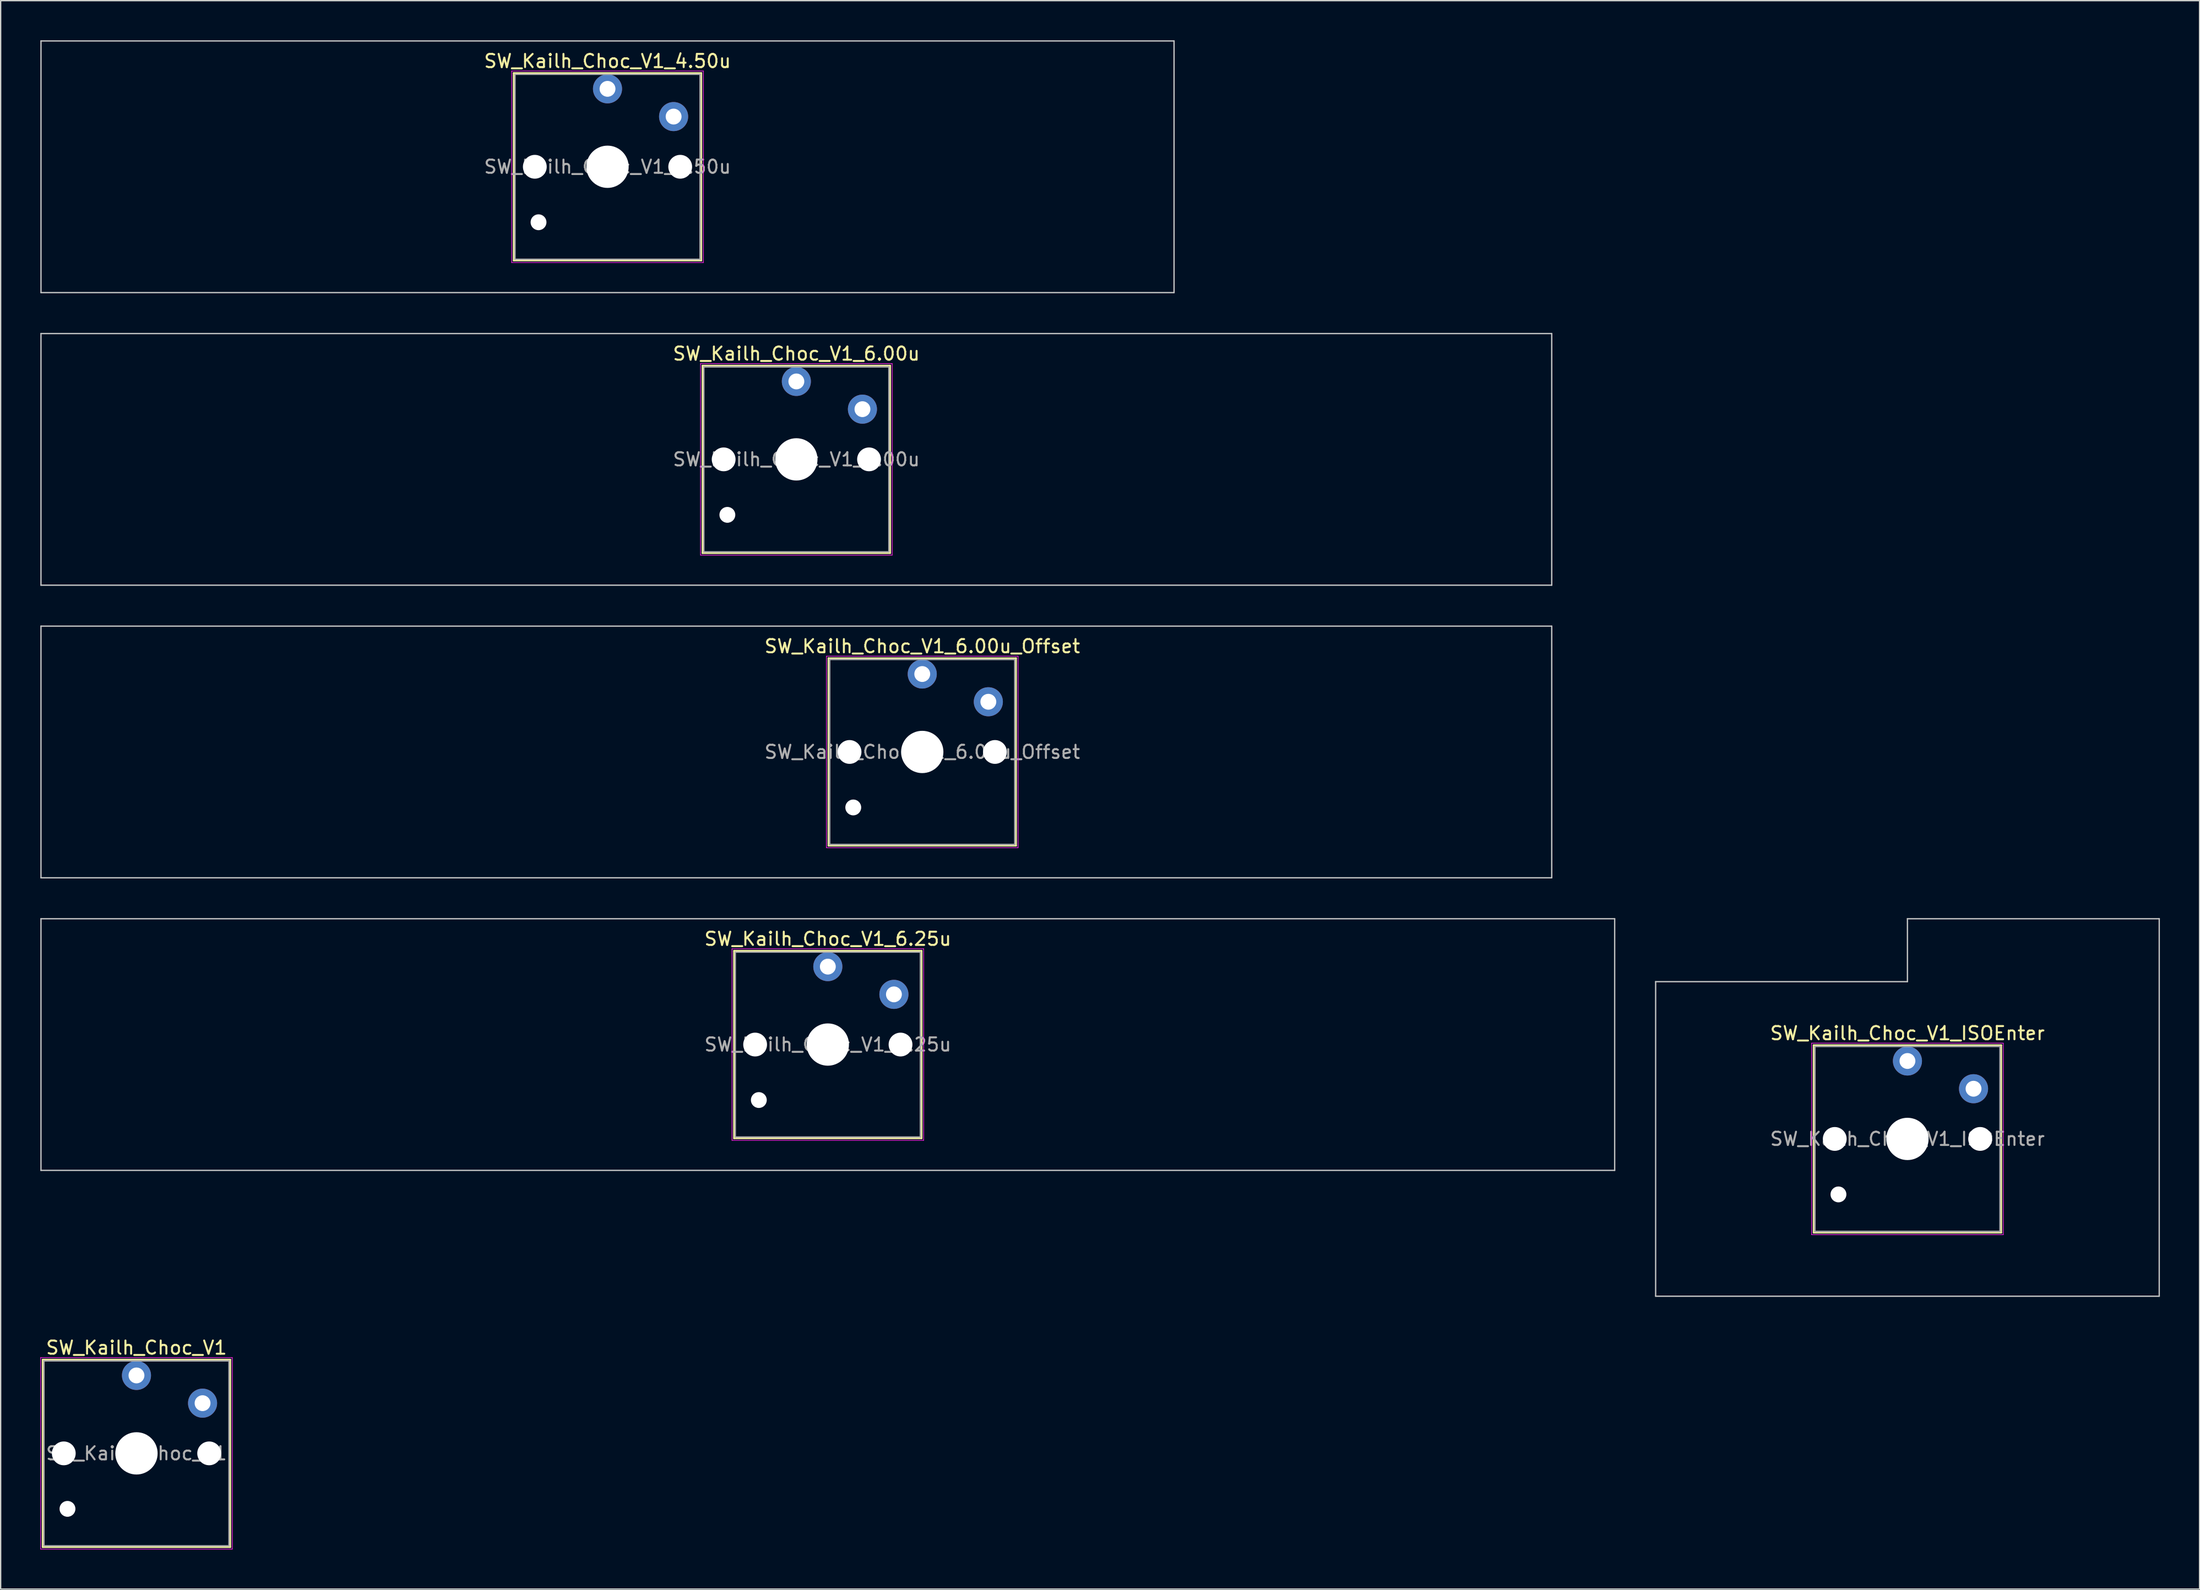
<source format=kicad_pcb>
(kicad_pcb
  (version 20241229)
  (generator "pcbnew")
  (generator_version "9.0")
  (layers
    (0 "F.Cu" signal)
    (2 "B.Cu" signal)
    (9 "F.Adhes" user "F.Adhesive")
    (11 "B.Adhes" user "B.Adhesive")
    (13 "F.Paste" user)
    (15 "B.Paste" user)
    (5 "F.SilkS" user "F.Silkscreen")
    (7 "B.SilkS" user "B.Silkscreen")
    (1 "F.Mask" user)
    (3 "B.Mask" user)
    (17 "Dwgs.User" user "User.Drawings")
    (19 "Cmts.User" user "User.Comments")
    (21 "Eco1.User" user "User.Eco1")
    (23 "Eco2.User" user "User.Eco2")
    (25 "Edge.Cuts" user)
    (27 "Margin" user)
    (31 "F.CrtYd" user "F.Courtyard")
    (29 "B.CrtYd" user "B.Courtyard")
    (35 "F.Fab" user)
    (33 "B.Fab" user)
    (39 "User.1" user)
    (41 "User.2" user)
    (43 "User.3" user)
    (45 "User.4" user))
  (footprint "SW_Kailh_Choc_V1_4.50u"
    (layer "F.Cu")
    (at 42.913 9.575)
    (property "Reference" "SW_Kailh_Choc_V1_4.50u" (at 0 -8 0) (layer "F.SilkS") (effects (font (size 1 1) (thickness 0.15))))
    (attr through_hole)
    (fp_line (start -7.1 -7.1) (end -7.1 7.1) (stroke (width 0.12) (type solid)) (layer "F.SilkS"))
    (fp_line (start -7.1 7.1) (end 7.1 7.1) (stroke (width 0.12) (type solid)) (layer "F.SilkS"))
    (fp_line (start 7.1 -7.1) (end -7.1 -7.1) (stroke (width 0.12) (type solid)) (layer "F.SilkS"))
    (fp_line (start 7.1 7.1) (end 7.1 -7.1) (stroke (width 0.12) (type solid)) (layer "F.SilkS"))
    (fp_line (start -42.862 -9.525) (end -42.862 9.525) (stroke (width 0.1) (type solid)) (layer "Dwgs.User"))
    (fp_line (start -42.862 9.525) (end 42.862 9.525) (stroke (width 0.1) (type solid)) (layer "Dwgs.User"))
    (fp_line (start 42.862 -9.525) (end -42.862 -9.525) (stroke (width 0.1) (type solid)) (layer "Dwgs.User"))
    (fp_line (start 42.862 9.525) (end 42.862 -9.525) (stroke (width 0.1) (type solid)) (layer "Dwgs.User"))
    (fp_line (start -7.25 -7.25) (end -7.25 7.25) (stroke (width 0.05) (type solid)) (layer "F.CrtYd"))
    (fp_line (start -7.25 7.25) (end 7.25 7.25) (stroke (width 0.05) (type solid)) (layer "F.CrtYd"))
    (fp_line (start 7.25 -7.25) (end -7.25 -7.25) (stroke (width 0.05) (type solid)) (layer "F.CrtYd"))
    (fp_line (start 7.25 7.25) (end 7.25 -7.25) (stroke (width 0.05) (type solid)) (layer "F.CrtYd"))
    (fp_line (start -7 -7) (end -7 7) (stroke (width 0.1) (type solid)) (layer "F.Fab"))
    (fp_line (start -7 7) (end 7 7) (stroke (width 0.1) (type solid)) (layer "F.Fab"))
    (fp_line (start 7 -7) (end -7 -7) (stroke (width 0.1) (type solid)) (layer "F.Fab"))
    (fp_line (start 7 7) (end 7 -7) (stroke (width 0.1) (type solid)) (layer "F.Fab"))
    (fp_text user "${REFERENCE}" (at 0 0 0) (layer "F.Fab") (effects (font (size 1 1) (thickness 0.15))))
    (pad "" np_thru_hole circle (at -5.5 0) (size 1.8 1.8) (drill 1.8) (layers "*.Cu" "*.Mask"))
    (pad "" np_thru_hole circle (at -5.22 4.2) (size 1.2 1.2) (drill 1.2) (layers "*.Cu" "*.Mask"))
    (pad "" np_thru_hole circle (at 0 0) (size 3.2 3.2) (drill 3.2) (layers "*.Cu" "*.Mask"))
    (pad "" np_thru_hole circle (at 5.5 0) (size 1.8 1.8) (drill 1.8) (layers "*.Cu" "*.Mask"))
    (pad "1" thru_hole circle (at 0 -5.9) (size 2.2 2.2) (drill 1.2) (layers "*.Cu" "B.Mask"))
    (pad "2" thru_hole circle (at 5 -3.8) (size 2.2 2.2) (drill 1.2) (layers "*.Cu" "B.Mask")))
  (footprint "SW_Kailh_Choc_V1_6.00u"
    (layer "F.Cu")
    (at 57.2 31.725)
    (property "Reference" "SW_Kailh_Choc_V1_6.00u" (at 0 -8 0) (layer "F.SilkS") (effects (font (size 1 1) (thickness 0.15))))
    (attr through_hole)
    (fp_line (start -7.1 -7.1) (end -7.1 7.1) (stroke (width 0.12) (type solid)) (layer "F.SilkS"))
    (fp_line (start -7.1 7.1) (end 7.1 7.1) (stroke (width 0.12) (type solid)) (layer "F.SilkS"))
    (fp_line (start 7.1 -7.1) (end -7.1 -7.1) (stroke (width 0.12) (type solid)) (layer "F.SilkS"))
    (fp_line (start 7.1 7.1) (end 7.1 -7.1) (stroke (width 0.12) (type solid)) (layer "F.SilkS"))
    (fp_line (start -57.15 -9.525) (end -57.15 9.525) (stroke (width 0.1) (type solid)) (layer "Dwgs.User"))
    (fp_line (start -57.15 9.525) (end 57.15 9.525) (stroke (width 0.1) (type solid)) (layer "Dwgs.User"))
    (fp_line (start 57.15 -9.525) (end -57.15 -9.525) (stroke (width 0.1) (type solid)) (layer "Dwgs.User"))
    (fp_line (start 57.15 9.525) (end 57.15 -9.525) (stroke (width 0.1) (type solid)) (layer "Dwgs.User"))
    (fp_line (start -7.25 -7.25) (end -7.25 7.25) (stroke (width 0.05) (type solid)) (layer "F.CrtYd"))
    (fp_line (start -7.25 7.25) (end 7.25 7.25) (stroke (width 0.05) (type solid)) (layer "F.CrtYd"))
    (fp_line (start 7.25 -7.25) (end -7.25 -7.25) (stroke (width 0.05) (type solid)) (layer "F.CrtYd"))
    (fp_line (start 7.25 7.25) (end 7.25 -7.25) (stroke (width 0.05) (type solid)) (layer "F.CrtYd"))
    (fp_line (start -7 -7) (end -7 7) (stroke (width 0.1) (type solid)) (layer "F.Fab"))
    (fp_line (start -7 7) (end 7 7) (stroke (width 0.1) (type solid)) (layer "F.Fab"))
    (fp_line (start 7 -7) (end -7 -7) (stroke (width 0.1) (type solid)) (layer "F.Fab"))
    (fp_line (start 7 7) (end 7 -7) (stroke (width 0.1) (type solid)) (layer "F.Fab"))
    (fp_text user "${REFERENCE}" (at 0 0 0) (layer "F.Fab") (effects (font (size 1 1) (thickness 0.15))))
    (pad "" np_thru_hole circle (at -5.5 0) (size 1.8 1.8) (drill 1.8) (layers "*.Cu" "*.Mask"))
    (pad "" np_thru_hole circle (at -5.22 4.2) (size 1.2 1.2) (drill 1.2) (layers "*.Cu" "*.Mask"))
    (pad "" np_thru_hole circle (at 0 0) (size 3.2 3.2) (drill 3.2) (layers "*.Cu" "*.Mask"))
    (pad "" np_thru_hole circle (at 5.5 0) (size 1.8 1.8) (drill 1.8) (layers "*.Cu" "*.Mask"))
    (pad "1" thru_hole circle (at 0 -5.9) (size 2.2 2.2) (drill 1.2) (layers "*.Cu" "B.Mask"))
    (pad "2" thru_hole circle (at 5 -3.8) (size 2.2 2.2) (drill 1.2) (layers "*.Cu" "B.Mask")))
  (footprint "SW_Kailh_Choc_V1_ISOEnter"
    (layer "F.Cu")
    (at 141.262 83.169)
    (property "Reference" "SW_Kailh_Choc_V1_ISOEnter" (at 0 -8 0) (layer "F.SilkS") (effects (font (size 1 1) (thickness 0.15))))
    (attr through_hole)
    (fp_line (start -7.1 -7.1) (end -7.1 7.1) (stroke (width 0.12) (type solid)) (layer "F.SilkS"))
    (fp_line (start -7.1 7.1) (end 7.1 7.1) (stroke (width 0.12) (type solid)) (layer "F.SilkS"))
    (fp_line (start 7.1 -7.1) (end -7.1 -7.1) (stroke (width 0.12) (type solid)) (layer "F.SilkS"))
    (fp_line (start 7.1 7.1) (end 7.1 -7.1) (stroke (width 0.12) (type solid)) (layer "F.SilkS"))
    (fp_line (start -19.05 -11.906) (end -19.05 11.906) (stroke (width 0.1) (type solid)) (layer "Dwgs.User"))
    (fp_line (start -19.05 11.906) (end 19.05 11.906) (stroke (width 0.1) (type solid)) (layer "Dwgs.User"))
    (fp_line (start 0 -16.669) (end 0 -11.906) (stroke (width 0.1) (type solid)) (layer "Dwgs.User"))
    (fp_line (start 0 -11.906) (end -19.05 -11.906) (stroke (width 0.1) (type solid)) (layer "Dwgs.User"))
    (fp_line (start 19.05 -16.669) (end 0 -16.669) (stroke (width 0.1) (type solid)) (layer "Dwgs.User"))
    (fp_line (start 19.05 11.906) (end 19.05 -16.669) (stroke (width 0.1) (type solid)) (layer "Dwgs.User"))
    (fp_line (start -7.25 -7.25) (end -7.25 7.25) (stroke (width 0.05) (type solid)) (layer "F.CrtYd"))
    (fp_line (start -7.25 7.25) (end 7.25 7.25) (stroke (width 0.05) (type solid)) (layer "F.CrtYd"))
    (fp_line (start 7.25 -7.25) (end -7.25 -7.25) (stroke (width 0.05) (type solid)) (layer "F.CrtYd"))
    (fp_line (start 7.25 7.25) (end 7.25 -7.25) (stroke (width 0.05) (type solid)) (layer "F.CrtYd"))
    (fp_line (start -7 -7) (end -7 7) (stroke (width 0.1) (type solid)) (layer "F.Fab"))
    (fp_line (start -7 7) (end 7 7) (stroke (width 0.1) (type solid)) (layer "F.Fab"))
    (fp_line (start 7 -7) (end -7 -7) (stroke (width 0.1) (type solid)) (layer "F.Fab"))
    (fp_line (start 7 7) (end 7 -7) (stroke (width 0.1) (type solid)) (layer "F.Fab"))
    (fp_text user "${REFERENCE}" (at 0 0 0) (layer "F.Fab") (effects (font (size 1 1) (thickness 0.15))))
    (pad "" np_thru_hole circle (at -5.5 0) (size 1.8 1.8) (drill 1.8) (layers "*.Cu" "*.Mask"))
    (pad "" np_thru_hole circle (at -5.22 4.2) (size 1.2 1.2) (drill 1.2) (layers "*.Cu" "*.Mask"))
    (pad "" np_thru_hole circle (at 0 0) (size 3.2 3.2) (drill 3.2) (layers "*.Cu" "*.Mask"))
    (pad "" np_thru_hole circle (at 5.5 0) (size 1.8 1.8) (drill 1.8) (layers "*.Cu" "*.Mask"))
    (pad "1" thru_hole circle (at 0 -5.9) (size 2.2 2.2) (drill 1.2) (layers "*.Cu" "B.Mask"))
    (pad "2" thru_hole circle (at 5 -3.8) (size 2.2 2.2) (drill 1.2) (layers "*.Cu" "B.Mask")))
  (footprint "SW_Kailh_Choc_V1_6.00u_Offset"
    (layer "F.Cu")
    (at 66.725 53.875)
    (property "Reference" "SW_Kailh_Choc_V1_6.00u_Offset" (at 0 -8 0) (layer "F.SilkS") (effects (font (size 1 1) (thickness 0.15))))
    (attr through_hole)
    (fp_line (start -7.1 -7.1) (end -7.1 7.1) (stroke (width 0.12) (type solid)) (layer "F.SilkS"))
    (fp_line (start -7.1 7.1) (end 7.1 7.1) (stroke (width 0.12) (type solid)) (layer "F.SilkS"))
    (fp_line (start 7.1 -7.1) (end -7.1 -7.1) (stroke (width 0.12) (type solid)) (layer "F.SilkS"))
    (fp_line (start 7.1 7.1) (end 7.1 -7.1) (stroke (width 0.12) (type solid)) (layer "F.SilkS"))
    (fp_line (start -66.675 -9.525) (end -66.675 9.525) (stroke (width 0.1) (type solid)) (layer "Dwgs.User"))
    (fp_line (start -66.675 9.525) (end 47.625 9.525) (stroke (width 0.1) (type solid)) (layer "Dwgs.User"))
    (fp_line (start 47.625 -9.525) (end -66.675 -9.525) (stroke (width 0.1) (type solid)) (layer "Dwgs.User"))
    (fp_line (start 47.625 9.525) (end 47.625 -9.525) (stroke (width 0.1) (type solid)) (layer "Dwgs.User"))
    (fp_line (start -7.25 -7.25) (end -7.25 7.25) (stroke (width 0.05) (type solid)) (layer "F.CrtYd"))
    (fp_line (start -7.25 7.25) (end 7.25 7.25) (stroke (width 0.05) (type solid)) (layer "F.CrtYd"))
    (fp_line (start 7.25 -7.25) (end -7.25 -7.25) (stroke (width 0.05) (type solid)) (layer "F.CrtYd"))
    (fp_line (start 7.25 7.25) (end 7.25 -7.25) (stroke (width 0.05) (type solid)) (layer "F.CrtYd"))
    (fp_line (start -7 -7) (end -7 7) (stroke (width 0.1) (type solid)) (layer "F.Fab"))
    (fp_line (start -7 7) (end 7 7) (stroke (width 0.1) (type solid)) (layer "F.Fab"))
    (fp_line (start 7 -7) (end -7 -7) (stroke (width 0.1) (type solid)) (layer "F.Fab"))
    (fp_line (start 7 7) (end 7 -7) (stroke (width 0.1) (type solid)) (layer "F.Fab"))
    (fp_text user "${REFERENCE}" (at 0 0 0) (layer "F.Fab") (effects (font (size 1 1) (thickness 0.15))))
    (pad "" np_thru_hole circle (at -5.5 0) (size 1.8 1.8) (drill 1.8) (layers "*.Cu" "*.Mask"))
    (pad "" np_thru_hole circle (at -5.22 4.2) (size 1.2 1.2) (drill 1.2) (layers "*.Cu" "*.Mask"))
    (pad "" np_thru_hole circle (at 0 0) (size 3.2 3.2) (drill 3.2) (layers "*.Cu" "*.Mask"))
    (pad "" np_thru_hole circle (at 5.5 0) (size 1.8 1.8) (drill 1.8) (layers "*.Cu" "*.Mask"))
    (pad "1" thru_hole circle (at 0 -5.9) (size 2.2 2.2) (drill 1.2) (layers "*.Cu" "B.Mask"))
    (pad "2" thru_hole circle (at 5 -3.8) (size 2.2 2.2) (drill 1.2) (layers "*.Cu" "B.Mask")))
  (footprint "SW_Kailh_Choc_V1"
    (layer "F.Cu")
    (at 7.275 106.973)
    (property "Reference" "SW_Kailh_Choc_V1" (at 0 -8 0) (layer "F.SilkS") (effects (font (size 1 1) (thickness 0.15))))
    (attr through_hole)
    (fp_line (start -7.1 -7.1) (end -7.1 7.1) (stroke (width 0.12) (type solid)) (layer "F.SilkS"))
    (fp_line (start -7.1 7.1) (end 7.1 7.1) (stroke (width 0.12) (type solid)) (layer "F.SilkS"))
    (fp_line (start 7.1 -7.1) (end -7.1 -7.1) (stroke (width 0.12) (type solid)) (layer "F.SilkS"))
    (fp_line (start 7.1 7.1) (end 7.1 -7.1) (stroke (width 0.12) (type solid)) (layer "F.SilkS"))
    (fp_line (start -7.25 -7.25) (end -7.25 7.25) (stroke (width 0.05) (type solid)) (layer "F.CrtYd"))
    (fp_line (start -7.25 7.25) (end 7.25 7.25) (stroke (width 0.05) (type solid)) (layer "F.CrtYd"))
    (fp_line (start 7.25 -7.25) (end -7.25 -7.25) (stroke (width 0.05) (type solid)) (layer "F.CrtYd"))
    (fp_line (start 7.25 7.25) (end 7.25 -7.25) (stroke (width 0.05) (type solid)) (layer "F.CrtYd"))
    (fp_line (start -7 -7) (end -7 7) (stroke (width 0.1) (type solid)) (layer "F.Fab"))
    (fp_line (start -7 7) (end 7 7) (stroke (width 0.1) (type solid)) (layer "F.Fab"))
    (fp_line (start 7 -7) (end -7 -7) (stroke (width 0.1) (type solid)) (layer "F.Fab"))
    (fp_line (start 7 7) (end 7 -7) (stroke (width 0.1) (type solid)) (layer "F.Fab"))
    (fp_text user "${REFERENCE}" (at 0 0 0) (layer "F.Fab") (effects (font (size 1 1) (thickness 0.15))))
    (pad "" np_thru_hole circle (at -5.5 0) (size 1.8 1.8) (drill 1.8) (layers "*.Cu" "*.Mask"))
    (pad "" np_thru_hole circle (at -5.22 4.2) (size 1.2 1.2) (drill 1.2) (layers "*.Cu" "*.Mask"))
    (pad "" np_thru_hole circle (at 0 0) (size 3.2 3.2) (drill 3.2) (layers "*.Cu" "*.Mask"))
    (pad "" np_thru_hole circle (at 5.5 0) (size 1.8 1.8) (drill 1.8) (layers "*.Cu" "*.Mask"))
    (pad "1" thru_hole circle (at 0 -5.9) (size 2.2 2.2) (drill 1.2) (layers "*.Cu" "B.Mask"))
    (pad "2" thru_hole circle (at 5 -3.8) (size 2.2 2.2) (drill 1.2) (layers "*.Cu" "B.Mask")))
  (footprint "SW_Kailh_Choc_V1_6.25u"
    (layer "F.Cu")
    (at 59.581 76.025)
    (property "Reference" "SW_Kailh_Choc_V1_6.25u" (at 0 -8 0) (layer "F.SilkS") (effects (font (size 1 1) (thickness 0.15))))
    (attr through_hole)
    (fp_line (start -7.1 -7.1) (end -7.1 7.1) (stroke (width 0.12) (type solid)) (layer "F.SilkS"))
    (fp_line (start -7.1 7.1) (end 7.1 7.1) (stroke (width 0.12) (type solid)) (layer "F.SilkS"))
    (fp_line (start 7.1 -7.1) (end -7.1 -7.1) (stroke (width 0.12) (type solid)) (layer "F.SilkS"))
    (fp_line (start 7.1 7.1) (end 7.1 -7.1) (stroke (width 0.12) (type solid)) (layer "F.SilkS"))
    (fp_line (start -59.531 -9.525) (end -59.531 9.525) (stroke (width 0.1) (type solid)) (layer "Dwgs.User"))
    (fp_line (start -59.531 9.525) (end 59.531 9.525) (stroke (width 0.1) (type solid)) (layer "Dwgs.User"))
    (fp_line (start 59.531 -9.525) (end -59.531 -9.525) (stroke (width 0.1) (type solid)) (layer "Dwgs.User"))
    (fp_line (start 59.531 9.525) (end 59.531 -9.525) (stroke (width 0.1) (type solid)) (layer "Dwgs.User"))
    (fp_line (start -7.25 -7.25) (end -7.25 7.25) (stroke (width 0.05) (type solid)) (layer "F.CrtYd"))
    (fp_line (start -7.25 7.25) (end 7.25 7.25) (stroke (width 0.05) (type solid)) (layer "F.CrtYd"))
    (fp_line (start 7.25 -7.25) (end -7.25 -7.25) (stroke (width 0.05) (type solid)) (layer "F.CrtYd"))
    (fp_line (start 7.25 7.25) (end 7.25 -7.25) (stroke (width 0.05) (type solid)) (layer "F.CrtYd"))
    (fp_line (start -7 -7) (end -7 7) (stroke (width 0.1) (type solid)) (layer "F.Fab"))
    (fp_line (start -7 7) (end 7 7) (stroke (width 0.1) (type solid)) (layer "F.Fab"))
    (fp_line (start 7 -7) (end -7 -7) (stroke (width 0.1) (type solid)) (layer "F.Fab"))
    (fp_line (start 7 7) (end 7 -7) (stroke (width 0.1) (type solid)) (layer "F.Fab"))
    (fp_text user "${REFERENCE}" (at 0 0 0) (layer "F.Fab") (effects (font (size 1 1) (thickness 0.15))))
    (pad "" np_thru_hole circle (at -5.5 0) (size 1.8 1.8) (drill 1.8) (layers "*.Cu" "*.Mask"))
    (pad "" np_thru_hole circle (at -5.22 4.2) (size 1.2 1.2) (drill 1.2) (layers "*.Cu" "*.Mask"))
    (pad "" np_thru_hole circle (at 0 0) (size 3.2 3.2) (drill 3.2) (layers "*.Cu" "*.Mask"))
    (pad "" np_thru_hole circle (at 5.5 0) (size 1.8 1.8) (drill 1.8) (layers "*.Cu" "*.Mask"))
    (pad "1" thru_hole circle (at 0 -5.9) (size 2.2 2.2) (drill 1.2) (layers "*.Cu" "B.Mask"))
    (pad "2" thru_hole circle (at 5 -3.8) (size 2.2 2.2) (drill 1.2) (layers "*.Cu" "B.Mask")))
  (gr_rect
    (start -3 -3)
    (end 163.363 117.248)
    (stroke (width 0.1) (type default))
    (fill no)
    (layer "Edge.Cuts")))
</source>
